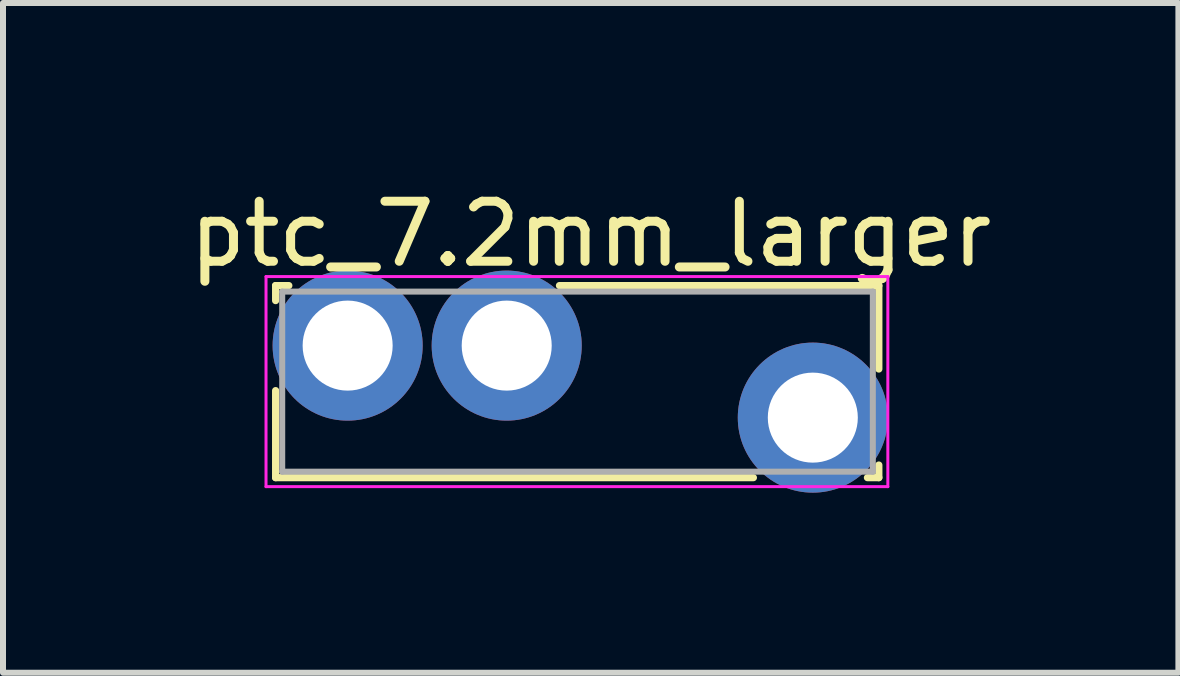
<source format=kicad_pcb>
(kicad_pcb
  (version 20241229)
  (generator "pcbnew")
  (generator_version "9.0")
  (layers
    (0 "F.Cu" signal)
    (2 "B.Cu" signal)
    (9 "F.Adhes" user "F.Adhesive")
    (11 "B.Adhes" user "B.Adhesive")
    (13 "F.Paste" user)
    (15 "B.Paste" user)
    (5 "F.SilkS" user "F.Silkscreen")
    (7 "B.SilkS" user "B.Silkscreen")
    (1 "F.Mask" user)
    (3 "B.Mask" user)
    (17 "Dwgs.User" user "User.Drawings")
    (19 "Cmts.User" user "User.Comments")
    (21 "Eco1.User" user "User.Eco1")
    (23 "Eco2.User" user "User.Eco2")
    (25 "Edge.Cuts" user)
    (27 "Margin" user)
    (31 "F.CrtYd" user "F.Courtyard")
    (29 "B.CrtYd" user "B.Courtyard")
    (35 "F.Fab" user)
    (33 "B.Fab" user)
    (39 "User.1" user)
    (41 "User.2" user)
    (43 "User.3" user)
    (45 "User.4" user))
  (footprint "ptc_7.2mm_larger"
    (layer "F.Cu")
    (at 5.392 2.708)
    (property "Reference" "ptc_7.2mm_larger" (at 1.4 -1.86 0) (layer "F.SilkS") (effects (font (size 1 1) (thickness 0.15))))
    (attr through_hole)
    (fp_line (start -3.851 -1) (end -3.63 -1) (stroke (width 0.12) (type solid)) (layer "F.SilkS"))
    (fp_line (start -3.85 -1) (end -3.85 -0.75) (stroke (width 0.12) (type solid)) (layer "F.SilkS"))
    (fp_line (start -3.85 0.75) (end -3.85 2.2) (stroke (width 0.12) (type solid)) (layer "F.SilkS"))
    (fp_line (start -3.85 2.2) (end 4.11 2.2) (stroke (width 0.12) (type solid)) (layer "F.SilkS"))
    (fp_line (start 0.879 -1) (end 6.2 -1) (stroke (width 0.12) (type solid)) (layer "F.SilkS"))
    (fp_line (start 6.01 2.2) (end 6.2 2.2) (stroke (width 0.12) (type solid)) (layer "F.SilkS"))
    (fp_line (start 6.2 -1) (end 6.2 0.39) (stroke (width 0.12) (type solid)) (layer "F.SilkS"))
    (fp_line (start 6.2 1.99) (end 6.2 2.2) (stroke (width 0.12) (type solid)) (layer "F.SilkS"))
    (fp_line (start -4.01 -1.15) (end -4.01 2.35) (stroke (width 0.05) (type solid)) (layer "F.CrtYd"))
    (fp_line (start -4.01 2.35) (end 6.35 2.35) (stroke (width 0.05) (type solid)) (layer "F.CrtYd"))
    (fp_line (start 6.35 -1.15) (end -4.01 -1.15) (stroke (width 0.05) (type solid)) (layer "F.CrtYd"))
    (fp_line (start 6.35 2.35) (end 6.35 -1.15) (stroke (width 0.05) (type solid)) (layer "F.CrtYd"))
    (fp_line (start -3.74 -0.9) (end -3.74 2.1) (stroke (width 0.1) (type solid)) (layer "F.Fab"))
    (fp_line (start -3.74 2.1) (end 6.1 2.1) (stroke (width 0.1) (type solid)) (layer "F.Fab"))
    (fp_line (start 6.1 -0.9) (end -3.74 -0.9) (stroke (width 0.1) (type solid)) (layer "F.Fab"))
    (fp_line (start 6.1 2.1) (end 6.1 -0.9) (stroke (width 0.1) (type solid)) (layer "F.Fab"))
    (pad "1" thru_hole circle (at -2.65 0) (size 2.5 2.5) (drill 1.5) (layers "*.Cu" "*.Mask"))
    (pad "1" thru_hole circle (at 0 0) (size 2.5 2.5) (drill 1.5) (layers "*.Cu" "*.Mask"))
    (pad "2" thru_hole circle (at 5.1 1.2) (size 2.5 2.5) (drill 1.5) (layers "*.Cu" "*.Mask")))
  (gr_rect
    (start -3 -3)
    (end 16.583 8.158)
    (stroke (width 0.1) (type default))
    (fill no)
    (layer "Edge.Cuts")))
</source>
